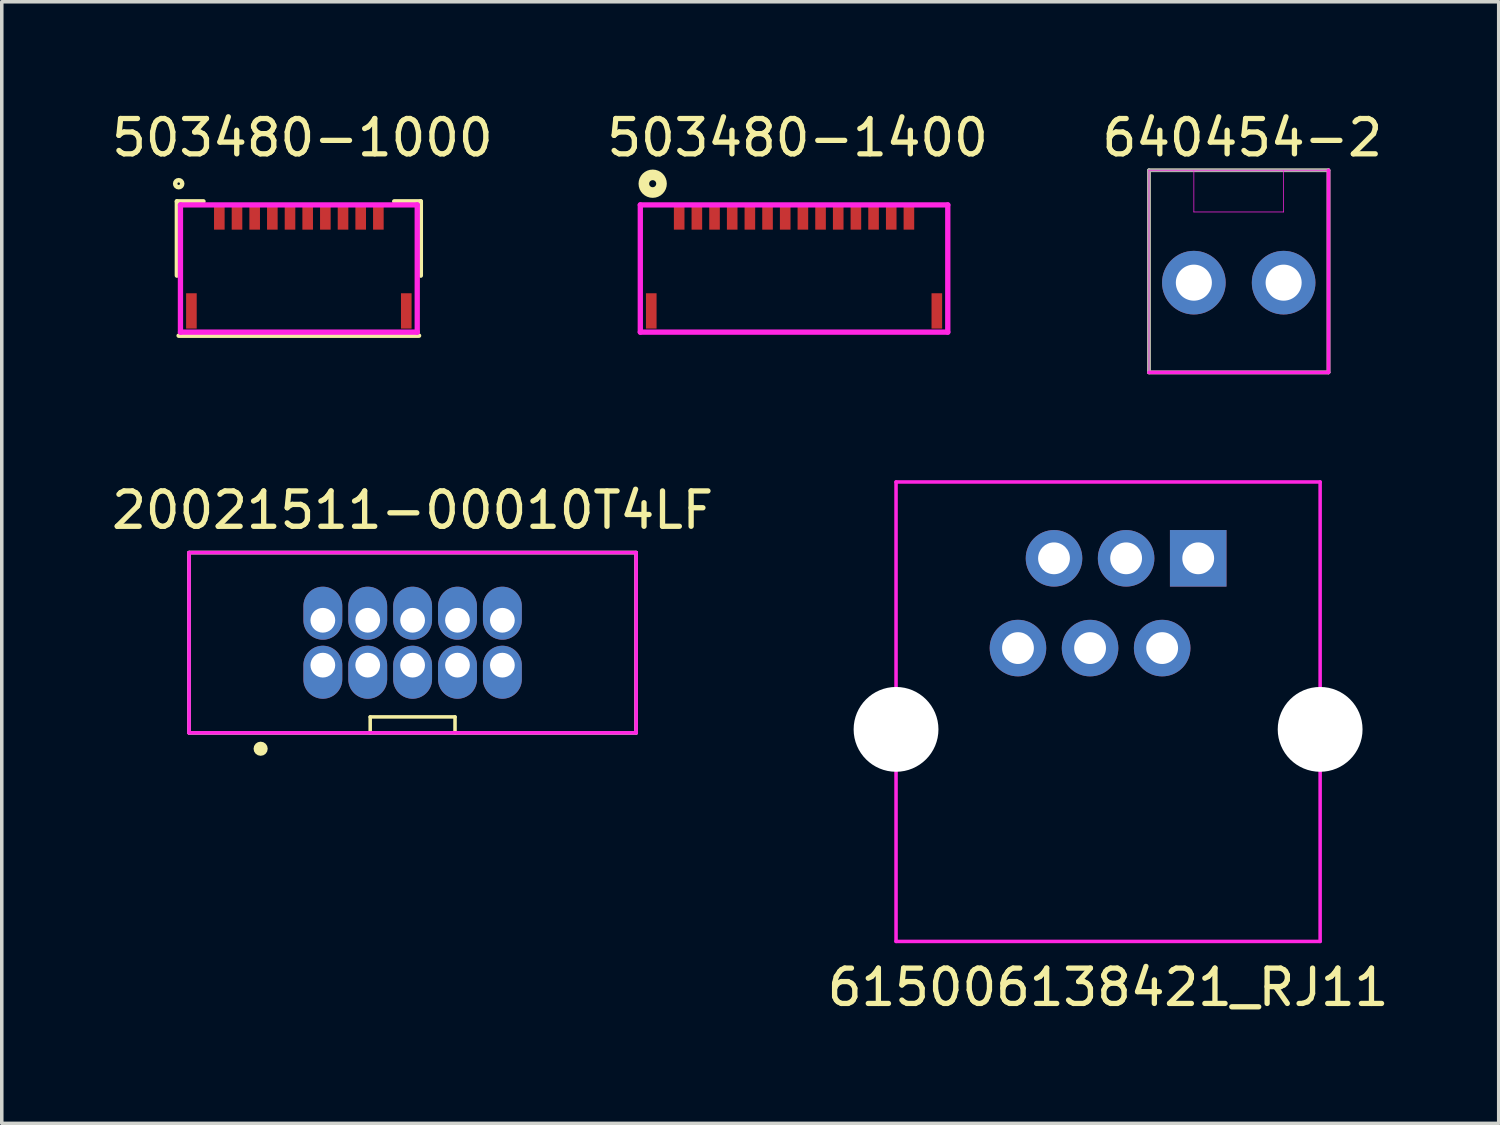
<source format=kicad_pcb>
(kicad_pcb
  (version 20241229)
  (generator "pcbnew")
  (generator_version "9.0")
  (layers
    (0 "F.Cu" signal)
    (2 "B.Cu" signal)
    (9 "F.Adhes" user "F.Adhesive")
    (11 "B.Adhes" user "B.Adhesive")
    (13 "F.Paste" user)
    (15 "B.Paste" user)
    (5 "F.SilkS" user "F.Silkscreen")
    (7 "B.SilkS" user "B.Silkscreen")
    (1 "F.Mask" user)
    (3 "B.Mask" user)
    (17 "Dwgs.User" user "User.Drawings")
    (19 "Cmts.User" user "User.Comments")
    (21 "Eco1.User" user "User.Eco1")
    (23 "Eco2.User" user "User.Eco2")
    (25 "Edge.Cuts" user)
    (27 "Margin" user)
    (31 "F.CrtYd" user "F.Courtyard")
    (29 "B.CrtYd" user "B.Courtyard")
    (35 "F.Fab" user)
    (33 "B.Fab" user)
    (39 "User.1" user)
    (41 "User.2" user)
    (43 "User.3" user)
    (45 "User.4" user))
  (footprint "640454-2"
    (layer "F.Cu")
    (at 32.001 4.948)
    (property "Reference" "640454-2" (at 0.1 -4.1 0) (layer "F.SilkS") (effects (font (size 1 1) (thickness 0.15))))
    (attr through_hole)
    (fp_line (start -2.54 -3.18) (end 2.54 -3.18) (stroke (width 0.1) (type solid)) (layer "F.SilkS"))
    (fp_line (start -2.54 2.54) (end -2.54 -3.18) (stroke (width 0.1) (type solid)) (layer "F.SilkS"))
    (fp_line (start 2.54 -3.18) (end 2.54 2.54) (stroke (width 0.1) (type solid)) (layer "F.SilkS"))
    (fp_line (start 2.54 2.54) (end -2.54 2.54) (stroke (width 0.1) (type solid)) (layer "F.SilkS"))
    (fp_line (start -2.54 -3.18) (end 2.54 -3.18) (stroke (width 0.02) (type solid)) (layer "F.CrtYd"))
    (fp_line (start -2.54 2.54) (end -2.54 -3.18) (stroke (width 0.02) (type solid)) (layer "F.CrtYd"))
    (fp_line (start -1.27 -2) (end -1.27 -3.18) (stroke (width 0.02) (type solid)) (layer "F.CrtYd"))
    (fp_line (start 1.27 -3.18) (end 1.27 -2) (stroke (width 0.02) (type solid)) (layer "F.CrtYd"))
    (fp_line (start 1.27 -2) (end -1.27 -2) (stroke (width 0.02) (type solid)) (layer "F.CrtYd"))
    (fp_line (start 2.54 -3.18) (end 2.54 2.54) (stroke (width 0.02) (type solid)) (layer "F.CrtYd"))
    (fp_line (start 2.54 -3.18) (end 2.54 2.54) (stroke (width 0.1) (type solid)) (layer "F.CrtYd"))
    (fp_line (start 2.54 2.54) (end -2.54 2.54) (stroke (width 0.02) (type solid)) (layer "F.CrtYd"))
    (fp_line (start 2.54 2.54) (end -2.54 2.54) (stroke (width 0.1) (type solid)) (layer "F.CrtYd"))
    (fp_line (start -2.54 -3.18) (end 2.54 -3.18) (stroke (width 0.1) (type solid)) (layer "F.Fab"))
    (fp_line (start -2.54 2.54) (end -2.54 -3.18) (stroke (width 0.1) (type solid)) (layer "F.Fab"))
    (fp_line (start 2.54 -3.18) (end 2.54 2.54) (stroke (width 0.1) (type solid)) (layer "F.Fab"))
    (fp_line (start 2.54 2.54) (end -2.54 2.54) (stroke (width 0.1) (type solid)) (layer "F.Fab"))
    (pad "1" thru_hole circle (at 1.27 0) (size 1.8 1.8) (drill 1.02) (layers "*.Cu" "*.Mask"))
    (pad "2" thru_hole circle (at -1.27 0) (size 1.8 1.8) (drill 1.02) (layers "*.Cu" "*.Mask")))
  (footprint "20021511-00010T4LF"
    (layer "F.Cu")
    (at 8.625 15.136)
    (property "Reference" "20021511-00010T4LF" (at 0 -3.75 0) (layer "F.SilkS") (effects (font (size 1 1) (thickness 0.15))))
    (attr through_hole)
    (fp_line (start -6.325 -2.55) (end 6.325 -2.55) (stroke (width 0.1) (type solid)) (layer "F.SilkS"))
    (fp_line (start -6.325 2.55) (end -6.325 -2.55) (stroke (width 0.1) (type solid)) (layer "F.SilkS"))
    (fp_line (start -1.2 2.1) (end 1.2 2.1) (stroke (width 0.1) (type solid)) (layer "F.SilkS"))
    (fp_line (start -1.2 2.55) (end -1.2 2.1) (stroke (width 0.1) (type solid)) (layer "F.SilkS"))
    (fp_line (start 1.2 2.1) (end 1.2 2.55) (stroke (width 0.1) (type solid)) (layer "F.SilkS"))
    (fp_line (start 6.325 -2.55) (end 6.325 2.55) (stroke (width 0.1) (type solid)) (layer "F.SilkS"))
    (fp_line (start 6.325 2.55) (end -6.325 2.55) (stroke (width 0.1) (type solid)) (layer "F.SilkS"))
    (fp_circle (center -4.3 3) (end -4.3 2.9) (stroke (width 0.2) (type solid)) (fill no) (layer "F.SilkS"))
    (fp_line (start -6.325 -2.55) (end 6.325 -2.55) (stroke (width 0.1) (type solid)) (layer "F.CrtYd"))
    (fp_line (start -6.325 2.55) (end -6.325 -2.55) (stroke (width 0.1) (type solid)) (layer "F.CrtYd"))
    (fp_line (start 6.325 -2.55) (end 6.325 2.55) (stroke (width 0.1) (type solid)) (layer "F.CrtYd"))
    (fp_line (start 6.325 2.55) (end -6.325 2.55) (stroke (width 0.1) (type solid)) (layer "F.CrtYd"))
    (fp_line (start -6.325 -2.55) (end 6.325 -2.55) (stroke (width 0.1) (type solid)) (layer "F.Fab"))
    (fp_line (start -6.325 2.55) (end -6.325 -2.55) (stroke (width 0.1) (type solid)) (layer "F.Fab"))
    (fp_line (start 6.325 -2.55) (end 6.325 2.55) (stroke (width 0.1) (type solid)) (layer "F.Fab"))
    (fp_line (start 6.325 2.55) (end -6.325 2.55) (stroke (width 0.1) (type solid)) (layer "F.Fab"))
    (pad "1" thru_hole oval (at -2.54 0.635) (size 1.1 1.5) (drill 0.7 (offset 0 0.2)) (layers "*.Cu" "*.Mask"))
    (pad "2" thru_hole oval (at -2.54 -0.635) (size 1.1 1.5) (drill 0.7 (offset 0 -0.2)) (layers "*.Cu" "*.Mask"))
    (pad "3" thru_hole oval (at -1.27 0.635) (size 1.1 1.5) (drill 0.7 (offset 0 0.2)) (layers "*.Cu" "*.Mask"))
    (pad "4" thru_hole oval (at -1.27 -0.635) (size 1.1 1.5) (drill 0.7 (offset 0 -0.2)) (layers "*.Cu" "*.Mask"))
    (pad "5" thru_hole oval (at 0 0.635) (size 1.1 1.5) (drill 0.7 (offset 0 0.2)) (layers "*.Cu" "*.Mask"))
    (pad "6" thru_hole oval (at 0 -0.635) (size 1.1 1.5) (drill 0.7 (offset 0 -0.2)) (layers "*.Cu" "*.Mask"))
    (pad "7" thru_hole oval (at 1.27 0.635) (size 1.1 1.5) (drill 0.7 (offset 0 0.2)) (layers "*.Cu" "*.Mask"))
    (pad "8" thru_hole oval (at 1.27 -0.635) (size 1.1 1.5) (drill 0.7 (offset 0 -0.2)) (layers "*.Cu" "*.Mask"))
    (pad "9" thru_hole oval (at 2.54 0.635) (size 1.1 1.5) (drill 0.7 (offset 0 0.2)) (layers "*.Cu" "*.Mask"))
    (pad "10" thru_hole oval (at 2.54 -0.635) (size 1.1 1.5) (drill 0.7 (offset 0 -0.2)) (layers "*.Cu" "*.Mask")))
  (footprint "503480-1400"
    (layer "F.Cu")
    (at 19.418 2.748)
    (property "Reference" "503480-1400" (at 0.1 -1.9 0) (layer "F.SilkS") (effects (font (size 1 1) (thickness 0.15))))
    (attr through_hole)
    (fp_circle (center -4 -0.6) (end -4 -0.7) (stroke (width 0.3) (type solid)) (fill no) (layer "F.SilkS"))
    (fp_line (start -4.35 0) (end 4.35 0) (stroke (width 0.15) (type solid)) (layer "F.CrtYd"))
    (fp_line (start -4.35 3.6) (end -4.35 0) (stroke (width 0.15) (type solid)) (layer "F.CrtYd"))
    (fp_line (start 4.35 0) (end 4.35 3.6) (stroke (width 0.15) (type solid)) (layer "F.CrtYd"))
    (fp_line (start 4.35 3.6) (end -4.35 3.6) (stroke (width 0.15) (type solid)) (layer "F.CrtYd"))
    (pad "" smd rect (at -4.04 3) (size 0.3 1) (layers "F.Cu" "F.Mask" "F.Paste"))
    (pad "" smd rect (at 4.04 3) (size 0.3 1) (layers "F.Cu" "F.Mask" "F.Paste"))
    (pad "1" smd rect (at -3.25 0.35) (size 0.3 0.7) (layers "F.Cu" "F.Mask" "F.Paste"))
    (pad "2" smd rect (at -2.75 0.35) (size 0.3 0.7) (layers "F.Cu" "F.Mask" "F.Paste"))
    (pad "3" smd rect (at -2.25 0.35) (size 0.3 0.7) (layers "F.Cu" "F.Mask" "F.Paste"))
    (pad "4" smd rect (at -1.75 0.35) (size 0.3 0.7) (layers "F.Cu" "F.Mask" "F.Paste"))
    (pad "5" smd rect (at -1.25 0.35) (size 0.3 0.7) (layers "F.Cu" "F.Mask" "F.Paste"))
    (pad "6" smd rect (at -0.75 0.35) (size 0.3 0.7) (layers "F.Cu" "F.Mask" "F.Paste"))
    (pad "7" smd rect (at -0.25 0.35) (size 0.3 0.7) (layers "F.Cu" "F.Mask" "F.Paste"))
    (pad "8" smd rect (at 0.25 0.35) (size 0.3 0.7) (layers "F.Cu" "F.Mask" "F.Paste"))
    (pad "9" smd rect (at 0.75 0.35) (size 0.3 0.7) (layers "F.Cu" "F.Mask" "F.Paste"))
    (pad "10" smd rect (at 1.25 0.35) (size 0.3 0.7) (layers "F.Cu" "F.Mask" "F.Paste"))
    (pad "11" smd rect (at 1.75 0.35) (size 0.3 0.7) (layers "F.Cu" "F.Mask" "F.Paste"))
    (pad "12" smd rect (at 2.25 0.35) (size 0.3 0.7) (layers "F.Cu" "F.Mask" "F.Paste"))
    (pad "13" smd rect (at 2.75 0.35) (size 0.3 0.7) (layers "F.Cu" "F.Mask" "F.Paste"))
    (pad "14" smd rect (at 3.25 0.35) (size 0.3 0.7) (layers "F.Cu" "F.Mask" "F.Paste")))
  (footprint "615006138421_RJ11"
    (layer "F.Cu")
    (at 28.304 17.588)
    (property "Reference" "615006138421_RJ11" (at 0 7.3 0) (layer "F.SilkS") (effects (font (size 1 1) (thickness 0.15))))
    (attr through_hole)
    (fp_line (start -6 -7) (end 6 -7) (stroke (width 0.1) (type solid)) (layer "F.CrtYd"))
    (fp_line (start -6 6) (end -6 -7) (stroke (width 0.1) (type solid)) (layer "F.CrtYd"))
    (fp_line (start -6 6) (end 6 6) (stroke (width 0.1) (type solid)) (layer "F.CrtYd"))
    (fp_line (start 6 -7) (end 6 6) (stroke (width 0.1) (type solid)) (layer "F.CrtYd"))
    (pad "" np_thru_hole circle (at -6 0) (size 2.4 2.4) (drill 2.4) (layers "*.Cu" "*.Mask"))
    (pad "" np_thru_hole circle (at 6 0) (size 2.4 2.4) (drill 2.4) (layers "*.Cu" "*.Mask"))
    (pad "1" thru_hole rect (at 2.55 -4.84) (size 1.6 1.6) (drill 0.9) (layers "*.Cu" "*.Mask"))
    (pad "2" thru_hole circle (at 1.53 -2.3) (size 1.6 1.6) (drill 0.9) (layers "*.Cu" "*.Mask"))
    (pad "3" thru_hole circle (at 0.51 -4.84) (size 1.6 1.6) (drill 0.9) (layers "*.Cu" "*.Mask"))
    (pad "4" thru_hole circle (at -0.51 -2.3) (size 1.6 1.6) (drill 0.9) (layers "*.Cu" "*.Mask"))
    (pad "5" thru_hole circle (at -1.53 -4.84) (size 1.6 1.6) (drill 0.9) (layers "*.Cu" "*.Mask"))
    (pad "6" thru_hole circle (at -2.55 -2.3) (size 1.6 1.6) (drill 0.9) (layers "*.Cu" "*.Mask")))
  (footprint "503480-1000"
    (layer "F.Cu")
    (at 5.406 2.748)
    (property "Reference" "503480-1000" (at 0.1 -1.9 0) (layer "F.SilkS") (effects (font (size 1 1) (thickness 0.15))))
    (attr smd)
    (fp_line (start -3.45 -0.1) (end -3.45 2) (stroke (width 0.127) (type solid)) (layer "F.SilkS"))
    (fp_line (start -3.45 -0.1) (end -2.7 -0.1) (stroke (width 0.127) (type solid)) (layer "F.SilkS"))
    (fp_line (start -3.4 3.7) (end 3.4 3.7) (stroke (width 0.127) (type solid)) (layer "F.SilkS"))
    (fp_line (start 3.45 -0.1) (end 2.7 -0.1) (stroke (width 0.127) (type solid)) (layer "F.SilkS"))
    (fp_line (start 3.45 -0.1) (end 3.45 2) (stroke (width 0.127) (type solid)) (layer "F.SilkS"))
    (fp_circle (center -3.4 -0.6) (end -3.4 -0.7) (stroke (width 0.127) (type solid)) (fill no) (layer "F.SilkS"))
    (fp_line (start -3.35 0) (end 3.35 0) (stroke (width 0.15) (type solid)) (layer "F.CrtYd"))
    (fp_line (start -3.35 3.6) (end -3.35 0) (stroke (width 0.15) (type solid)) (layer "F.CrtYd"))
    (fp_line (start 3.35 0) (end 3.35 3.6) (stroke (width 0.15) (type solid)) (layer "F.CrtYd"))
    (fp_line (start 3.35 3.6) (end -3.35 3.6) (stroke (width 0.15) (type solid)) (layer "F.CrtYd"))
    (fp_line (start -3.35 0) (end 3.35 0) (stroke (width 0.1) (type solid)) (layer "F.Fab"))
    (fp_line (start -3.35 3.6) (end -3.35 0) (stroke (width 0.1) (type solid)) (layer "F.Fab"))
    (fp_line (start 3.35 0) (end 3.35 3.6) (stroke (width 0.1) (type solid)) (layer "F.Fab"))
    (fp_line (start 3.35 3.6) (end -3.35 3.6) (stroke (width 0.1) (type solid)) (layer "F.Fab"))
    (pad "1" smd rect (at -2.25 0.35) (size 0.3 0.7) (layers "F.Cu" "F.Mask" "F.Paste"))
    (pad "2" smd rect (at -1.75 0.35) (size 0.3 0.7) (layers "F.Cu" "F.Mask" "F.Paste"))
    (pad "3" smd rect (at -1.25 0.35) (size 0.3 0.7) (layers "F.Cu" "F.Mask" "F.Paste"))
    (pad "4" smd rect (at -0.75 0.35) (size 0.3 0.7) (layers "F.Cu" "F.Mask" "F.Paste"))
    (pad "5" smd rect (at -0.25 0.35) (size 0.3 0.7) (layers "F.Cu" "F.Mask" "F.Paste"))
    (pad "6" smd rect (at 0.25 0.35) (size 0.3 0.7) (layers "F.Cu" "F.Mask" "F.Paste"))
    (pad "7" smd rect (at 0.75 0.35) (size 0.3 0.7) (layers "F.Cu" "F.Mask" "F.Paste"))
    (pad "8" smd rect (at 1.25 0.35) (size 0.3 0.7) (layers "F.Cu" "F.Mask" "F.Paste"))
    (pad "9" smd rect (at 1.75 0.35) (size 0.3 0.7) (layers "F.Cu" "F.Mask" "F.Paste"))
    (pad "10" smd rect (at 2.25 0.35) (size 0.3 0.7) (layers "F.Cu" "F.Mask" "F.Paste"))
    (pad "A1" smd rect (at -3.04 3) (size 0.3 1) (layers "F.Cu" "F.Mask" "F.Paste"))
    (pad "B1" smd rect (at 3.04 3) (size 0.3 1) (layers "F.Cu" "F.Mask" "F.Paste")))
  (gr_rect
    (start -3 -3)
    (end 39.357 28.736)
    (stroke (width 0.1) (type default))
    (fill no)
    (layer "Edge.Cuts")))
</source>
